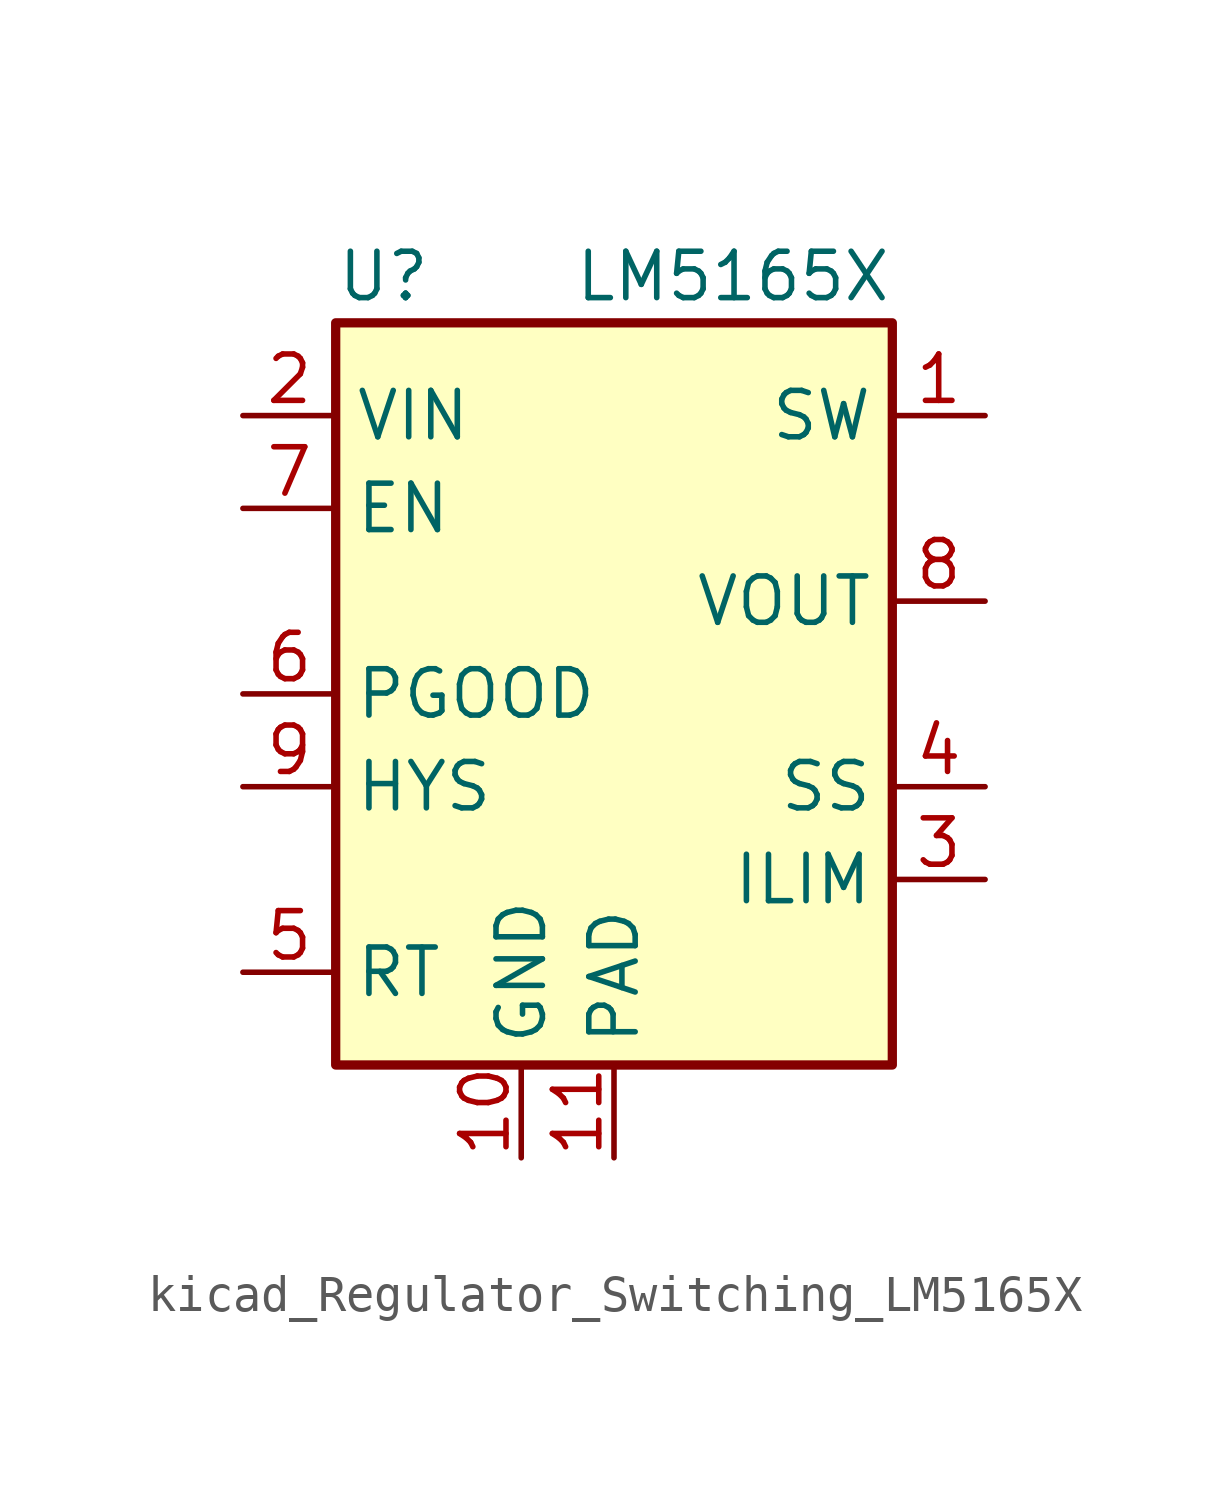
<source format=kicad_sym>
(kicad_symbol_lib
  (version 20220914)
  (generator kicad_symbol_editor)
  (symbol "kicad_Regulator_Switching_LM5165X"
    (property "Reference" "U"
      (at -7.62 11.43 0)
      (effects (font (size 1.27 1.27)) (justify left)))
    (property "Value" "LM5165X"
      (at 7.62 11.43 0)
      (effects (font (size 1.27 1.27)) (justify right)))
    (symbol "kicad_Regulator_Switching_LM5165X_0_1"
      (rectangle (start -7.62 10.16) (end 7.62 -10.16) (stroke (width 0.254) (type default)) (fill (type background))))
    (symbol "kicad_Regulator_Switching_LM5165X_1_1"
      (pin power_out line (at 10.16 7.62 180) (length 2.54) (name "SW" (effects (font (size 1.27 1.27)))) (number "1" (effects (font (size 1.27 1.27)))))
      (pin power_in line (at -2.54 -12.7 90) (length 2.54) (name "GND" (effects (font (size 1.27 1.27)))) (number "10" (effects (font (size 1.27 1.27)))))
      (pin power_in line (at 0 -12.7 90) (length 2.54) (name "PAD" (effects (font (size 1.27 1.27)))) (number "11" (effects (font (size 1.27 1.27)))))
      (pin power_in line (at -10.16 7.62 0) (length 2.54) (name "VIN" (effects (font (size 1.27 1.27)))) (number "2" (effects (font (size 1.27 1.27)))))
      (pin input line (at 10.16 -5.08 180) (length 2.54) (name "ILIM" (effects (font (size 1.27 1.27)))) (number "3" (effects (font (size 1.27 1.27)))))
      (pin input line (at 10.16 -2.54 180) (length 2.54) (name "SS" (effects (font (size 1.27 1.27)))) (number "4" (effects (font (size 1.27 1.27)))))
      (pin input line (at -10.16 -7.62 0) (length 2.54) (name "RT" (effects (font (size 1.27 1.27)))) (number "5" (effects (font (size 1.27 1.27)))))
      (pin output line (at -10.16 0 0) (length 2.54) (name "PGOOD" (effects (font (size 1.27 1.27)))) (number "6" (effects (font (size 1.27 1.27)))))
      (pin input line (at -10.16 5.08 0) (length 2.54) (name "EN" (effects (font (size 1.27 1.27)))) (number "7" (effects (font (size 1.27 1.27)))))
      (pin input line (at 10.16 2.54 180) (length 2.54) (name "VOUT" (effects (font (size 1.27 1.27)))) (number "8" (effects (font (size 1.27 1.27)))))
      (pin output line (at -10.16 -2.54 0) (length 2.54) (name "HYS" (effects (font (size 1.27 1.27)))) (number "9" (effects (font (size 1.27 1.27))))))))
</source>
